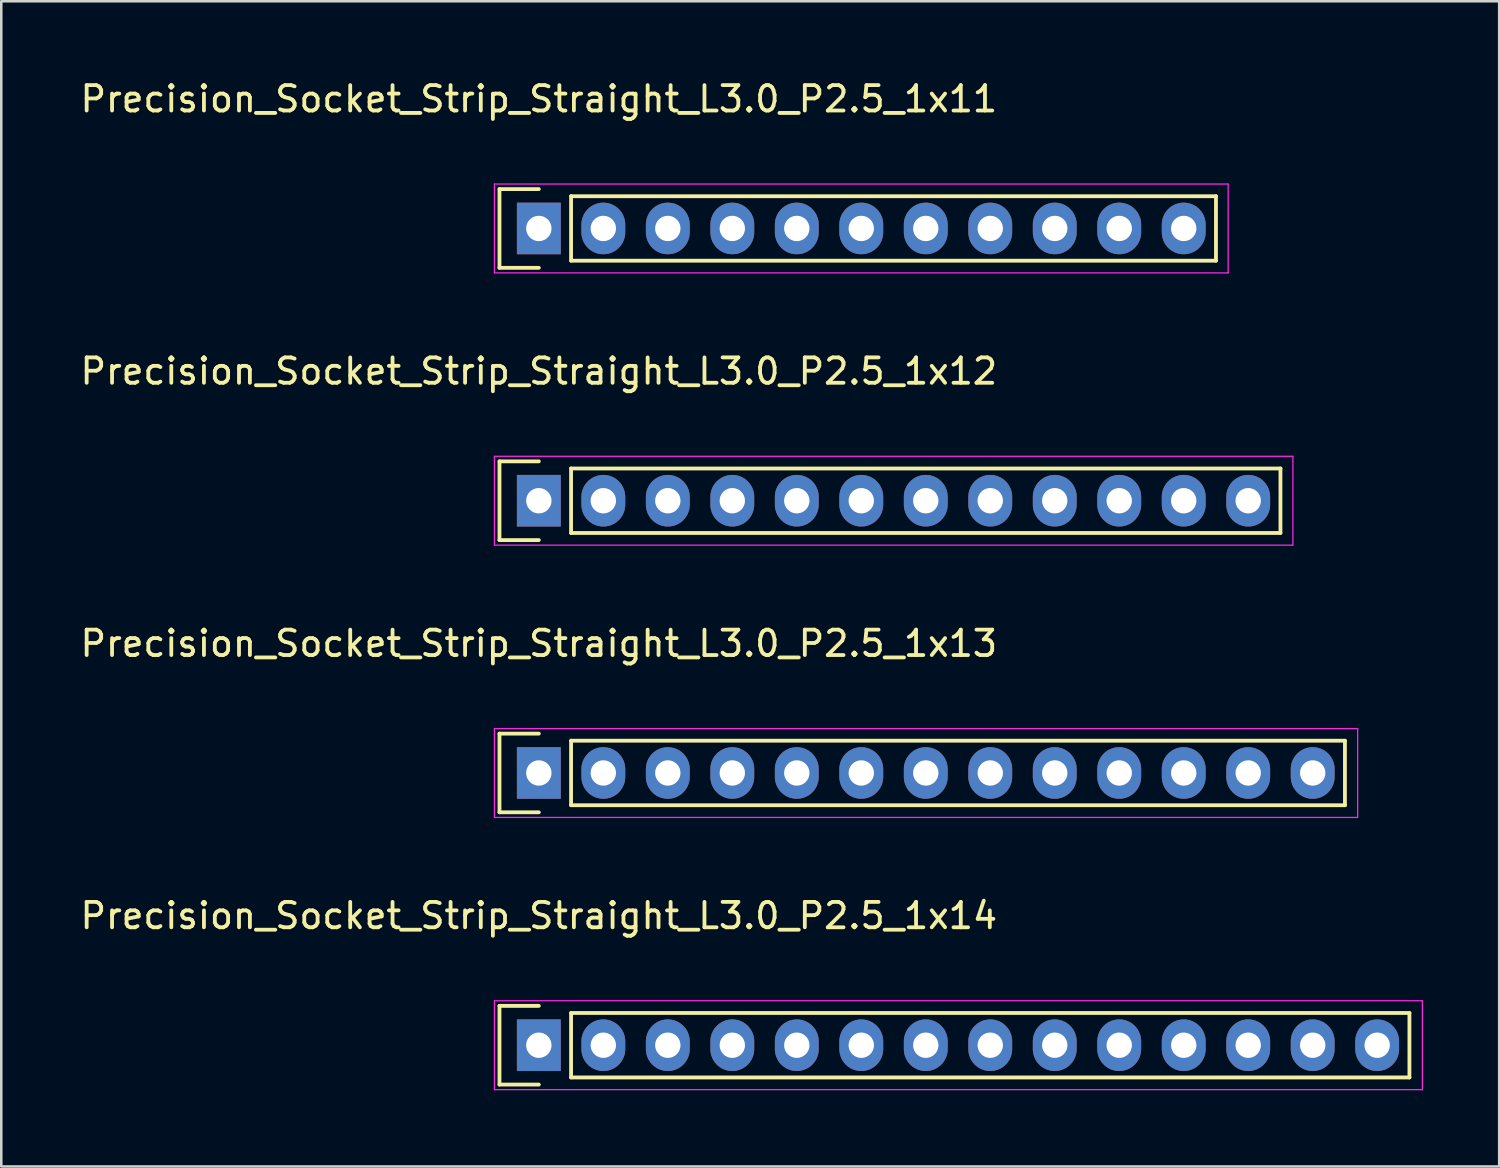
<source format=kicad_pcb>
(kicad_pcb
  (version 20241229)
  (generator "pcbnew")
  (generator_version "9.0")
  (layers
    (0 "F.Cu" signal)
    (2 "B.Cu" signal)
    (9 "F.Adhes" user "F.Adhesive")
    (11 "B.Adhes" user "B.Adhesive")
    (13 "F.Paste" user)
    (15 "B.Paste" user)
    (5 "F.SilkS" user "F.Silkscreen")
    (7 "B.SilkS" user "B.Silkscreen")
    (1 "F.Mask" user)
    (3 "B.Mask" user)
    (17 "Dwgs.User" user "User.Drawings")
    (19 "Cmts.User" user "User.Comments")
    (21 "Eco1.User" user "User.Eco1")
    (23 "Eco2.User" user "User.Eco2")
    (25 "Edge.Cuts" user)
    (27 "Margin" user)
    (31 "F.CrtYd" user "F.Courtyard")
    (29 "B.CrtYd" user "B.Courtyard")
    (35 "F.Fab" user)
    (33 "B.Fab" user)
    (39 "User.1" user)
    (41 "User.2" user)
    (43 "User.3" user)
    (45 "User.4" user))
  (footprint "Precision_Socket_Strip_Straight_L3.0_P2.5_1x13"
    (layer "F.Cu")
    (at 18.173 27.395)
    (property "Reference" "Precision_Socket_Strip_Straight_L3.0_P2.5_1x13" (at 0 -5.1 0) (layer "F.SilkS") (effects (font (size 1 1) (thickness 0.15))))
    (attr through_hole)
    (fp_line (start -1.55 -1.55) (end -1.55 1.55) (stroke (width 0.15) (type solid)) (layer "F.SilkS"))
    (fp_line (start -1.55 1.55) (end 0 1.55) (stroke (width 0.15) (type solid)) (layer "F.SilkS"))
    (fp_line (start 0 -1.55) (end -1.55 -1.55) (stroke (width 0.15) (type solid)) (layer "F.SilkS"))
    (fp_line (start 1.27 -1.27) (end 31.75 -1.27) (stroke (width 0.15) (type solid)) (layer "F.SilkS"))
    (fp_line (start 1.27 1.27) (end 1.27 -1.27) (stroke (width 0.15) (type solid)) (layer "F.SilkS"))
    (fp_line (start 31.75 -1.27) (end 31.75 1.27) (stroke (width 0.15) (type solid)) (layer "F.SilkS"))
    (fp_line (start 31.75 1.27) (end 1.27 1.27) (stroke (width 0.15) (type solid)) (layer "F.SilkS"))
    (fp_line (start -1.75 -1.75) (end -1.75 1.75) (stroke (width 0.05) (type solid)) (layer "F.CrtYd"))
    (fp_line (start -1.75 -1.75) (end 32.25 -1.75) (stroke (width 0.05) (type solid)) (layer "F.CrtYd"))
    (fp_line (start -1.75 1.75) (end 32.25 1.75) (stroke (width 0.05) (type solid)) (layer "F.CrtYd"))
    (fp_line (start 32.25 -1.75) (end 32.25 1.75) (stroke (width 0.05) (type solid)) (layer "F.CrtYd"))
    (pad "1" thru_hole rect (at 0 0) (size 1.727 2.032) (drill 1) (layers "*.Cu" "*.Mask"))
    (pad "2" thru_hole oval (at 2.54 0) (size 1.727 2.032) (drill 1) (layers "*.Cu" "*.Mask"))
    (pad "3" thru_hole oval (at 5.08 0) (size 1.727 2.032) (drill 1) (layers "*.Cu" "*.Mask"))
    (pad "4" thru_hole oval (at 7.62 0) (size 1.727 2.032) (drill 1) (layers "*.Cu" "*.Mask"))
    (pad "5" thru_hole oval (at 10.16 0) (size 1.727 2.032) (drill 1) (layers "*.Cu" "*.Mask"))
    (pad "6" thru_hole oval (at 12.7 0) (size 1.727 2.032) (drill 1) (layers "*.Cu" "*.Mask"))
    (pad "7" thru_hole oval (at 15.24 0) (size 1.727 2.032) (drill 1) (layers "*.Cu" "*.Mask"))
    (pad "8" thru_hole oval (at 17.78 0) (size 1.727 2.032) (drill 1) (layers "*.Cu" "*.Mask"))
    (pad "9" thru_hole oval (at 20.32 0) (size 1.727 2.032) (drill 1) (layers "*.Cu" "*.Mask"))
    (pad "10" thru_hole oval (at 22.86 0) (size 1.727 2.032) (drill 1) (layers "*.Cu" "*.Mask"))
    (pad "11" thru_hole oval (at 25.4 0) (size 1.727 2.032) (drill 1) (layers "*.Cu" "*.Mask"))
    (pad "12" thru_hole oval (at 27.94 0) (size 1.727 2.032) (drill 1) (layers "*.Cu" "*.Mask"))
    (pad "13" thru_hole oval (at 30.48 0) (size 1.727 2.032) (drill 1) (layers "*.Cu" "*.Mask")))
  (footprint "Precision_Socket_Strip_Straight_L3.0_P2.5_1x12"
    (layer "F.Cu")
    (at 18.173 16.672)
    (property "Reference" "Precision_Socket_Strip_Straight_L3.0_P2.5_1x12" (at 0 -5.1 0) (layer "F.SilkS") (effects (font (size 1 1) (thickness 0.15))))
    (attr through_hole)
    (fp_line (start -1.55 -1.55) (end -1.55 1.55) (stroke (width 0.15) (type solid)) (layer "F.SilkS"))
    (fp_line (start -1.55 1.55) (end 0 1.55) (stroke (width 0.15) (type solid)) (layer "F.SilkS"))
    (fp_line (start 0 -1.55) (end -1.55 -1.55) (stroke (width 0.15) (type solid)) (layer "F.SilkS"))
    (fp_line (start 1.27 1.27) (end 1.27 -1.27) (stroke (width 0.15) (type solid)) (layer "F.SilkS"))
    (fp_line (start 1.27 1.27) (end 29.21 1.27) (stroke (width 0.15) (type solid)) (layer "F.SilkS"))
    (fp_line (start 29.21 -1.27) (end 1.27 -1.27) (stroke (width 0.15) (type solid)) (layer "F.SilkS"))
    (fp_line (start 29.21 1.27) (end 29.21 -1.27) (stroke (width 0.15) (type solid)) (layer "F.SilkS"))
    (fp_line (start -1.75 -1.75) (end -1.75 1.75) (stroke (width 0.05) (type solid)) (layer "F.CrtYd"))
    (fp_line (start -1.75 -1.75) (end 29.7 -1.75) (stroke (width 0.05) (type solid)) (layer "F.CrtYd"))
    (fp_line (start -1.75 1.75) (end 29.7 1.75) (stroke (width 0.05) (type solid)) (layer "F.CrtYd"))
    (fp_line (start 29.7 -1.75) (end 29.7 1.75) (stroke (width 0.05) (type solid)) (layer "F.CrtYd"))
    (pad "1" thru_hole rect (at 0 0) (size 1.727 2.032) (drill 1) (layers "*.Cu" "*.Mask"))
    (pad "2" thru_hole oval (at 2.54 0) (size 1.727 2.032) (drill 1) (layers "*.Cu" "*.Mask"))
    (pad "3" thru_hole oval (at 5.08 0) (size 1.727 2.032) (drill 1) (layers "*.Cu" "*.Mask"))
    (pad "4" thru_hole oval (at 7.62 0) (size 1.727 2.032) (drill 1) (layers "*.Cu" "*.Mask"))
    (pad "5" thru_hole oval (at 10.16 0) (size 1.727 2.032) (drill 1) (layers "*.Cu" "*.Mask"))
    (pad "6" thru_hole oval (at 12.7 0) (size 1.727 2.032) (drill 1) (layers "*.Cu" "*.Mask"))
    (pad "7" thru_hole oval (at 15.24 0) (size 1.727 2.032) (drill 1) (layers "*.Cu" "*.Mask"))
    (pad "8" thru_hole oval (at 17.78 0) (size 1.727 2.032) (drill 1) (layers "*.Cu" "*.Mask"))
    (pad "9" thru_hole oval (at 20.32 0) (size 1.727 2.032) (drill 1) (layers "*.Cu" "*.Mask"))
    (pad "10" thru_hole oval (at 22.86 0) (size 1.727 2.032) (drill 1) (layers "*.Cu" "*.Mask"))
    (pad "11" thru_hole oval (at 25.4 0) (size 1.727 2.032) (drill 1) (layers "*.Cu" "*.Mask"))
    (pad "12" thru_hole oval (at 27.94 0) (size 1.727 2.032) (drill 1) (layers "*.Cu" "*.Mask")))
  (footprint "Precision_Socket_Strip_Straight_L3.0_P2.5_1x11"
    (layer "F.Cu")
    (at 18.173 5.948)
    (property "Reference" "Precision_Socket_Strip_Straight_L3.0_P2.5_1x11" (at 0 -5.1 0) (layer "F.SilkS") (effects (font (size 1 1) (thickness 0.15))))
    (attr through_hole)
    (fp_line (start -1.55 -1.55) (end -1.55 1.55) (stroke (width 0.15) (type solid)) (layer "F.SilkS"))
    (fp_line (start -1.55 1.55) (end 0 1.55) (stroke (width 0.15) (type solid)) (layer "F.SilkS"))
    (fp_line (start 0 -1.55) (end -1.55 -1.55) (stroke (width 0.15) (type solid)) (layer "F.SilkS"))
    (fp_line (start 1.27 1.27) (end 1.27 -1.27) (stroke (width 0.15) (type solid)) (layer "F.SilkS"))
    (fp_line (start 1.27 1.27) (end 26.67 1.27) (stroke (width 0.15) (type solid)) (layer "F.SilkS"))
    (fp_line (start 26.67 -1.27) (end 1.27 -1.27) (stroke (width 0.15) (type solid)) (layer "F.SilkS"))
    (fp_line (start 26.67 1.27) (end 26.67 -1.27) (stroke (width 0.15) (type solid)) (layer "F.SilkS"))
    (fp_line (start -1.75 -1.75) (end -1.75 1.75) (stroke (width 0.05) (type solid)) (layer "F.CrtYd"))
    (fp_line (start -1.75 -1.75) (end 27.15 -1.75) (stroke (width 0.05) (type solid)) (layer "F.CrtYd"))
    (fp_line (start -1.75 1.75) (end 27.15 1.75) (stroke (width 0.05) (type solid)) (layer "F.CrtYd"))
    (fp_line (start 27.15 -1.75) (end 27.15 1.75) (stroke (width 0.05) (type solid)) (layer "F.CrtYd"))
    (pad "1" thru_hole rect (at 0 0) (size 1.727 2.032) (drill 1) (layers "*.Cu" "*.Mask"))
    (pad "2" thru_hole oval (at 2.54 0) (size 1.727 2.032) (drill 1) (layers "*.Cu" "*.Mask"))
    (pad "3" thru_hole oval (at 5.08 0) (size 1.727 2.032) (drill 1) (layers "*.Cu" "*.Mask"))
    (pad "4" thru_hole oval (at 7.62 0) (size 1.727 2.032) (drill 1) (layers "*.Cu" "*.Mask"))
    (pad "5" thru_hole oval (at 10.16 0) (size 1.727 2.032) (drill 1) (layers "*.Cu" "*.Mask"))
    (pad "6" thru_hole oval (at 12.7 0) (size 1.727 2.032) (drill 1) (layers "*.Cu" "*.Mask"))
    (pad "7" thru_hole oval (at 15.24 0) (size 1.727 2.032) (drill 1) (layers "*.Cu" "*.Mask"))
    (pad "8" thru_hole oval (at 17.78 0) (size 1.727 2.032) (drill 1) (layers "*.Cu" "*.Mask"))
    (pad "9" thru_hole oval (at 20.32 0) (size 1.727 2.032) (drill 1) (layers "*.Cu" "*.Mask"))
    (pad "10" thru_hole oval (at 22.86 0) (size 1.727 2.032) (drill 1) (layers "*.Cu" "*.Mask"))
    (pad "11" thru_hole oval (at 25.4 0) (size 1.727 2.032) (drill 1) (layers "*.Cu" "*.Mask")))
  (footprint "Precision_Socket_Strip_Straight_L3.0_P2.5_1x14"
    (layer "F.Cu")
    (at 18.173 38.118)
    (property "Reference" "Precision_Socket_Strip_Straight_L3.0_P2.5_1x14" (at 0 -5.1 0) (layer "F.SilkS") (effects (font (size 1 1) (thickness 0.15))))
    (attr through_hole)
    (fp_line (start -1.55 -1.55) (end -1.55 1.55) (stroke (width 0.15) (type solid)) (layer "F.SilkS"))
    (fp_line (start -1.55 1.55) (end 0 1.55) (stroke (width 0.15) (type solid)) (layer "F.SilkS"))
    (fp_line (start 0 -1.55) (end -1.55 -1.55) (stroke (width 0.15) (type solid)) (layer "F.SilkS"))
    (fp_line (start 1.27 -1.27) (end 34.29 -1.27) (stroke (width 0.15) (type solid)) (layer "F.SilkS"))
    (fp_line (start 1.27 1.27) (end 1.27 -1.27) (stroke (width 0.15) (type solid)) (layer "F.SilkS"))
    (fp_line (start 34.29 -1.27) (end 34.29 1.27) (stroke (width 0.15) (type solid)) (layer "F.SilkS"))
    (fp_line (start 34.29 1.27) (end 1.27 1.27) (stroke (width 0.15) (type solid)) (layer "F.SilkS"))
    (fp_line (start -1.75 -1.75) (end -1.75 1.75) (stroke (width 0.05) (type solid)) (layer "F.CrtYd"))
    (fp_line (start -1.75 -1.75) (end 34.8 -1.75) (stroke (width 0.05) (type solid)) (layer "F.CrtYd"))
    (fp_line (start -1.75 1.75) (end 34.8 1.75) (stroke (width 0.05) (type solid)) (layer "F.CrtYd"))
    (fp_line (start 34.8 -1.75) (end 34.8 1.75) (stroke (width 0.05) (type solid)) (layer "F.CrtYd"))
    (pad "1" thru_hole rect (at 0 0) (size 1.727 2.032) (drill 1) (layers "*.Cu" "*.Mask"))
    (pad "2" thru_hole oval (at 2.54 0) (size 1.727 2.032) (drill 1) (layers "*.Cu" "*.Mask"))
    (pad "3" thru_hole oval (at 5.08 0) (size 1.727 2.032) (drill 1) (layers "*.Cu" "*.Mask"))
    (pad "4" thru_hole oval (at 7.62 0) (size 1.727 2.032) (drill 1) (layers "*.Cu" "*.Mask"))
    (pad "5" thru_hole oval (at 10.16 0) (size 1.727 2.032) (drill 1) (layers "*.Cu" "*.Mask"))
    (pad "6" thru_hole oval (at 12.7 0) (size 1.727 2.032) (drill 1) (layers "*.Cu" "*.Mask"))
    (pad "7" thru_hole oval (at 15.24 0) (size 1.727 2.032) (drill 1) (layers "*.Cu" "*.Mask"))
    (pad "8" thru_hole oval (at 17.78 0) (size 1.727 2.032) (drill 1) (layers "*.Cu" "*.Mask"))
    (pad "9" thru_hole oval (at 20.32 0) (size 1.727 2.032) (drill 1) (layers "*.Cu" "*.Mask"))
    (pad "10" thru_hole oval (at 22.86 0) (size 1.727 2.032) (drill 1) (layers "*.Cu" "*.Mask"))
    (pad "11" thru_hole oval (at 25.4 0) (size 1.727 2.032) (drill 1) (layers "*.Cu" "*.Mask"))
    (pad "12" thru_hole oval (at 27.94 0) (size 1.727 2.032) (drill 1) (layers "*.Cu" "*.Mask"))
    (pad "13" thru_hole oval (at 30.48 0) (size 1.727 2.032) (drill 1) (layers "*.Cu" "*.Mask"))
    (pad "14" thru_hole oval (at 33.02 0) (size 1.727 2.032) (drill 1) (layers "*.Cu" "*.Mask")))
  (gr_rect
    (start -3 -3)
    (end 55.998 42.893)
    (stroke (width 0.1) (type default))
    (fill no)
    (layer "Edge.Cuts")))
</source>
